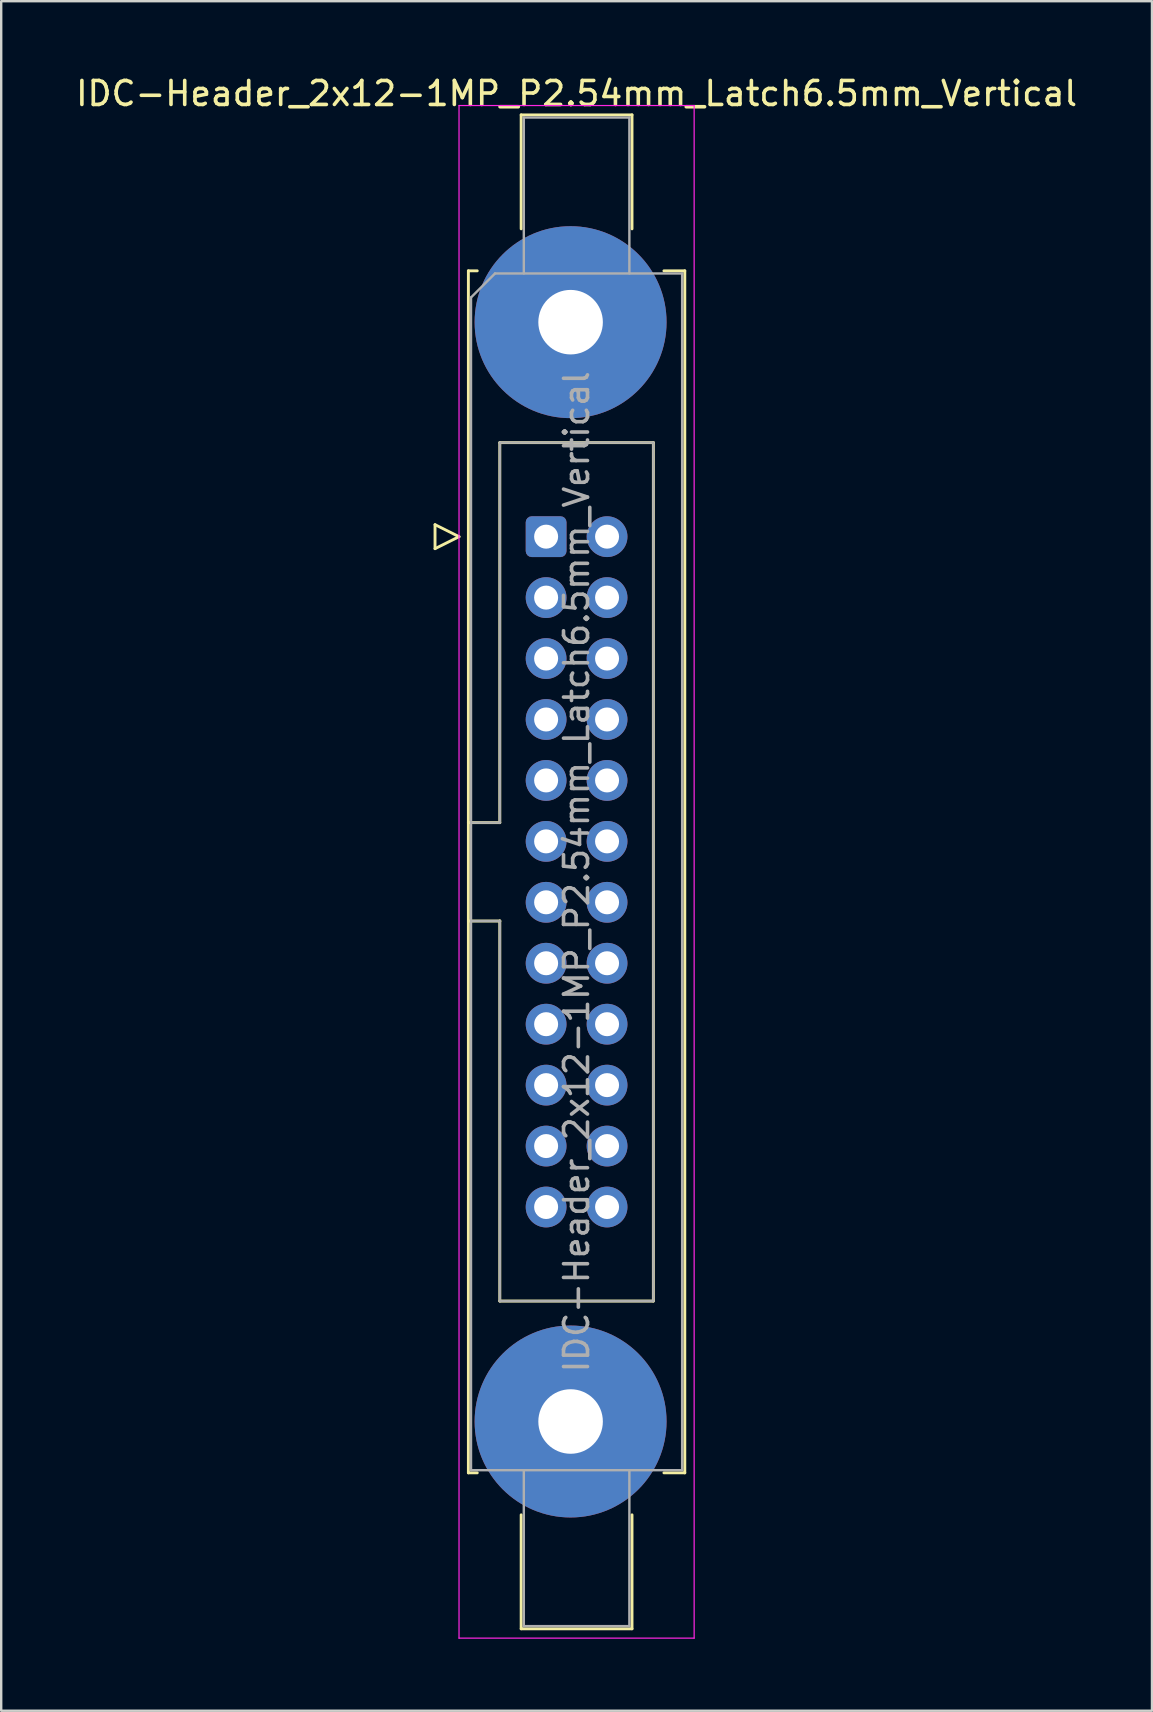
<source format=kicad_pcb>
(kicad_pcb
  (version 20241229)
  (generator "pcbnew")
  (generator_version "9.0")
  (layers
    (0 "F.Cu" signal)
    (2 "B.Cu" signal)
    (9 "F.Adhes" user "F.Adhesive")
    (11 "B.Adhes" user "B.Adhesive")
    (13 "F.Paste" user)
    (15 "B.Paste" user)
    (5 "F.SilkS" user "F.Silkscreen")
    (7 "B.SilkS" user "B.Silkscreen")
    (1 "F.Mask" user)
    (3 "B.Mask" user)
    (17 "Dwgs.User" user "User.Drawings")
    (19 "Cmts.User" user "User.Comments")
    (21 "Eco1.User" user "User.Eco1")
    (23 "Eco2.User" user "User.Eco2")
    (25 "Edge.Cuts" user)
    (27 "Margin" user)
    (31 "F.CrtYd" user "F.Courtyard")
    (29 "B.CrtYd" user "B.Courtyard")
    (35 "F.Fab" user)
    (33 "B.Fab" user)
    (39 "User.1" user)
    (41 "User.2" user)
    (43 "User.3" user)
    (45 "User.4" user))
  (footprint "IDC-Header_2x12-1MP_P2.54mm_Latch6.5mm_Vertical"
    (layer "F.Cu")
    (at 19.712 19.318)
    (property "Reference" "IDC-Header_2x12-1MP_P2.54mm_Latch6.5mm_Vertical" (at 1.27 -18.47 0) (layer "F.SilkS") (effects (font (size 1 1) (thickness 0.15))))
    (attr through_hole)
    (fp_line (start -4.63 -0.5) (end -4.63 0.5) (stroke (width 0.12) (type solid)) (layer "F.SilkS"))
    (fp_line (start -4.63 0.5) (end -3.63 0) (stroke (width 0.12) (type solid)) (layer "F.SilkS"))
    (fp_line (start -3.63 0) (end -4.63 -0.5) (stroke (width 0.12) (type solid)) (layer "F.SilkS"))
    (fp_line (start -3.24 -11.08) (end -3.24 39.02) (stroke (width 0.12) (type solid)) (layer "F.SilkS"))
    (fp_line (start -3.24 11.92) (end -1.93 11.92) (stroke (width 0.12) (type solid)) (layer "F.SilkS"))
    (fp_line (start -3.24 39.02) (end -2.87 39.02) (stroke (width 0.12) (type solid)) (layer "F.SilkS"))
    (fp_line (start -2.87 -11.08) (end -3.24 -11.08) (stroke (width 0.12) (type solid)) (layer "F.SilkS"))
    (fp_line (start -1.93 -3.92) (end 4.47 -3.92) (stroke (width 0.12) (type solid)) (layer "F.SilkS"))
    (fp_line (start -1.93 11.92) (end -1.93 -3.92) (stroke (width 0.12) (type solid)) (layer "F.SilkS"))
    (fp_line (start -1.93 16.02) (end -3.24 16.02) (stroke (width 0.12) (type solid)) (layer "F.SilkS"))
    (fp_line (start -1.93 16.02) (end -1.93 16.02) (stroke (width 0.12) (type solid)) (layer "F.SilkS"))
    (fp_line (start -1.93 31.86) (end -1.93 16.02) (stroke (width 0.12) (type solid)) (layer "F.SilkS"))
    (fp_line (start -1.04 -17.58) (end 3.58 -17.58) (stroke (width 0.12) (type solid)) (layer "F.SilkS"))
    (fp_line (start -1.04 -12.83) (end -1.04 -17.58) (stroke (width 0.12) (type solid)) (layer "F.SilkS"))
    (fp_line (start -1.04 40.77) (end -1.04 45.52) (stroke (width 0.12) (type solid)) (layer "F.SilkS"))
    (fp_line (start -1.04 45.52) (end 3.58 45.52) (stroke (width 0.12) (type solid)) (layer "F.SilkS"))
    (fp_line (start 3.58 -17.58) (end 3.58 -12.83) (stroke (width 0.12) (type solid)) (layer "F.SilkS"))
    (fp_line (start 3.58 45.52) (end 3.58 40.77) (stroke (width 0.12) (type solid)) (layer "F.SilkS"))
    (fp_line (start 4.47 -3.92) (end 4.47 31.86) (stroke (width 0.12) (type solid)) (layer "F.SilkS"))
    (fp_line (start 4.47 31.86) (end -1.93 31.86) (stroke (width 0.12) (type solid)) (layer "F.SilkS"))
    (fp_line (start 4.91 -11.08) (end 5.78 -11.08) (stroke (width 0.12) (type solid)) (layer "F.SilkS"))
    (fp_line (start 5.78 -11.08) (end 5.78 39.02) (stroke (width 0.12) (type solid)) (layer "F.SilkS"))
    (fp_line (start 5.78 39.02) (end 4.91 39.02) (stroke (width 0.12) (type solid)) (layer "F.SilkS"))
    (fp_line (start -3.63 -17.97) (end -3.63 45.91) (stroke (width 0.05) (type solid)) (layer "F.CrtYd"))
    (fp_line (start -3.63 45.91) (end 6.17 45.91) (stroke (width 0.05) (type solid)) (layer "F.CrtYd"))
    (fp_line (start 6.17 -17.97) (end -3.63 -17.97) (stroke (width 0.05) (type solid)) (layer "F.CrtYd"))
    (fp_line (start 6.17 45.91) (end 6.17 -17.97) (stroke (width 0.05) (type solid)) (layer "F.CrtYd"))
    (fp_line (start -3.13 -9.97) (end -2.13 -10.97) (stroke (width 0.1) (type solid)) (layer "F.Fab"))
    (fp_line (start -3.13 11.92) (end -1.93 11.92) (stroke (width 0.1) (type solid)) (layer "F.Fab"))
    (fp_line (start -3.13 38.91) (end -3.13 -9.97) (stroke (width 0.1) (type solid)) (layer "F.Fab"))
    (fp_line (start -2.13 -10.97) (end 5.67 -10.97) (stroke (width 0.1) (type solid)) (layer "F.Fab"))
    (fp_line (start -1.93 -3.92) (end 4.47 -3.92) (stroke (width 0.1) (type solid)) (layer "F.Fab"))
    (fp_line (start -1.93 11.92) (end -1.93 -3.92) (stroke (width 0.1) (type solid)) (layer "F.Fab"))
    (fp_line (start -1.93 16.02) (end -3.13 16.02) (stroke (width 0.1) (type solid)) (layer "F.Fab"))
    (fp_line (start -1.93 16.02) (end -1.93 16.02) (stroke (width 0.1) (type solid)) (layer "F.Fab"))
    (fp_line (start -1.93 31.86) (end -1.93 16.02) (stroke (width 0.1) (type solid)) (layer "F.Fab"))
    (fp_line (start -0.93 -17.47) (end 3.47 -17.47) (stroke (width 0.1) (type solid)) (layer "F.Fab"))
    (fp_line (start -0.93 -10.97) (end -0.93 -17.47) (stroke (width 0.1) (type solid)) (layer "F.Fab"))
    (fp_line (start -0.93 38.91) (end -0.93 45.41) (stroke (width 0.1) (type solid)) (layer "F.Fab"))
    (fp_line (start -0.93 45.41) (end 3.47 45.41) (stroke (width 0.1) (type solid)) (layer "F.Fab"))
    (fp_line (start 3.47 -17.47) (end 3.47 -10.97) (stroke (width 0.1) (type solid)) (layer "F.Fab"))
    (fp_line (start 3.47 45.41) (end 3.47 38.91) (stroke (width 0.1) (type solid)) (layer "F.Fab"))
    (fp_line (start 4.47 -3.92) (end 4.47 31.86) (stroke (width 0.1) (type solid)) (layer "F.Fab"))
    (fp_line (start 4.47 31.86) (end -1.93 31.86) (stroke (width 0.1) (type solid)) (layer "F.Fab"))
    (fp_line (start 5.67 -10.97) (end 5.67 38.91) (stroke (width 0.1) (type solid)) (layer "F.Fab"))
    (fp_line (start 5.67 38.91) (end -3.13 38.91) (stroke (width 0.1) (type solid)) (layer "F.Fab"))
    (fp_text user "${REFERENCE}" (at 1.27 13.97 90) (layer "F.Fab") (effects (font (size 1 1) (thickness 0.15))))
    (pad "1" thru_hole roundrect (at 0 0) (size 1.7 1.7) (drill 1) (layers "*.Cu" "*.Mask") (roundrect_rratio 0.147))
    (pad "2" thru_hole circle (at 2.54 0) (size 1.7 1.7) (drill 1) (layers "*.Cu" "*.Mask"))
    (pad "3" thru_hole circle (at 0 2.54) (size 1.7 1.7) (drill 1) (layers "*.Cu" "*.Mask"))
    (pad "4" thru_hole circle (at 2.54 2.54) (size 1.7 1.7) (drill 1) (layers "*.Cu" "*.Mask"))
    (pad "5" thru_hole circle (at 0 5.08) (size 1.7 1.7) (drill 1) (layers "*.Cu" "*.Mask"))
    (pad "6" thru_hole circle (at 2.54 5.08) (size 1.7 1.7) (drill 1) (layers "*.Cu" "*.Mask"))
    (pad "7" thru_hole circle (at 0 7.62) (size 1.7 1.7) (drill 1) (layers "*.Cu" "*.Mask"))
    (pad "8" thru_hole circle (at 2.54 7.62) (size 1.7 1.7) (drill 1) (layers "*.Cu" "*.Mask"))
    (pad "9" thru_hole circle (at 0 10.16) (size 1.7 1.7) (drill 1) (layers "*.Cu" "*.Mask"))
    (pad "10" thru_hole circle (at 2.54 10.16) (size 1.7 1.7) (drill 1) (layers "*.Cu" "*.Mask"))
    (pad "11" thru_hole circle (at 0 12.7) (size 1.7 1.7) (drill 1) (layers "*.Cu" "*.Mask"))
    (pad "12" thru_hole circle (at 2.54 12.7) (size 1.7 1.7) (drill 1) (layers "*.Cu" "*.Mask"))
    (pad "13" thru_hole circle (at 0 15.24) (size 1.7 1.7) (drill 1) (layers "*.Cu" "*.Mask"))
    (pad "14" thru_hole circle (at 2.54 15.24) (size 1.7 1.7) (drill 1) (layers "*.Cu" "*.Mask"))
    (pad "15" thru_hole circle (at 0 17.78) (size 1.7 1.7) (drill 1) (layers "*.Cu" "*.Mask"))
    (pad "16" thru_hole circle (at 2.54 17.78) (size 1.7 1.7) (drill 1) (layers "*.Cu" "*.Mask"))
    (pad "17" thru_hole circle (at 0 20.32) (size 1.7 1.7) (drill 1) (layers "*.Cu" "*.Mask"))
    (pad "18" thru_hole circle (at 2.54 20.32) (size 1.7 1.7) (drill 1) (layers "*.Cu" "*.Mask"))
    (pad "19" thru_hole circle (at 0 22.86) (size 1.7 1.7) (drill 1) (layers "*.Cu" "*.Mask"))
    (pad "20" thru_hole circle (at 2.54 22.86) (size 1.7 1.7) (drill 1) (layers "*.Cu" "*.Mask"))
    (pad "21" thru_hole circle (at 0 25.4) (size 1.7 1.7) (drill 1) (layers "*.Cu" "*.Mask"))
    (pad "22" thru_hole circle (at 2.54 25.4) (size 1.7 1.7) (drill 1) (layers "*.Cu" "*.Mask"))
    (pad "23" thru_hole circle (at 0 27.94) (size 1.7 1.7) (drill 1) (layers "*.Cu" "*.Mask"))
    (pad "24" thru_hole circle (at 2.54 27.94) (size 1.7 1.7) (drill 1) (layers "*.Cu" "*.Mask"))
    (pad "MP" thru_hole circle (at 1.02 -8.94) (size 8 8) (drill 2.69) (layers "*.Cu" "*.Mask"))
    (pad "MP" thru_hole circle (at 1.02 36.88) (size 8 8) (drill 2.69) (layers "*.Cu" "*.Mask")))
  (gr_rect
    (start -3 -3)
    (end 44.964 68.253)
    (stroke (width 0.1) (type default))
    (fill no)
    (layer "Edge.Cuts")))
</source>
